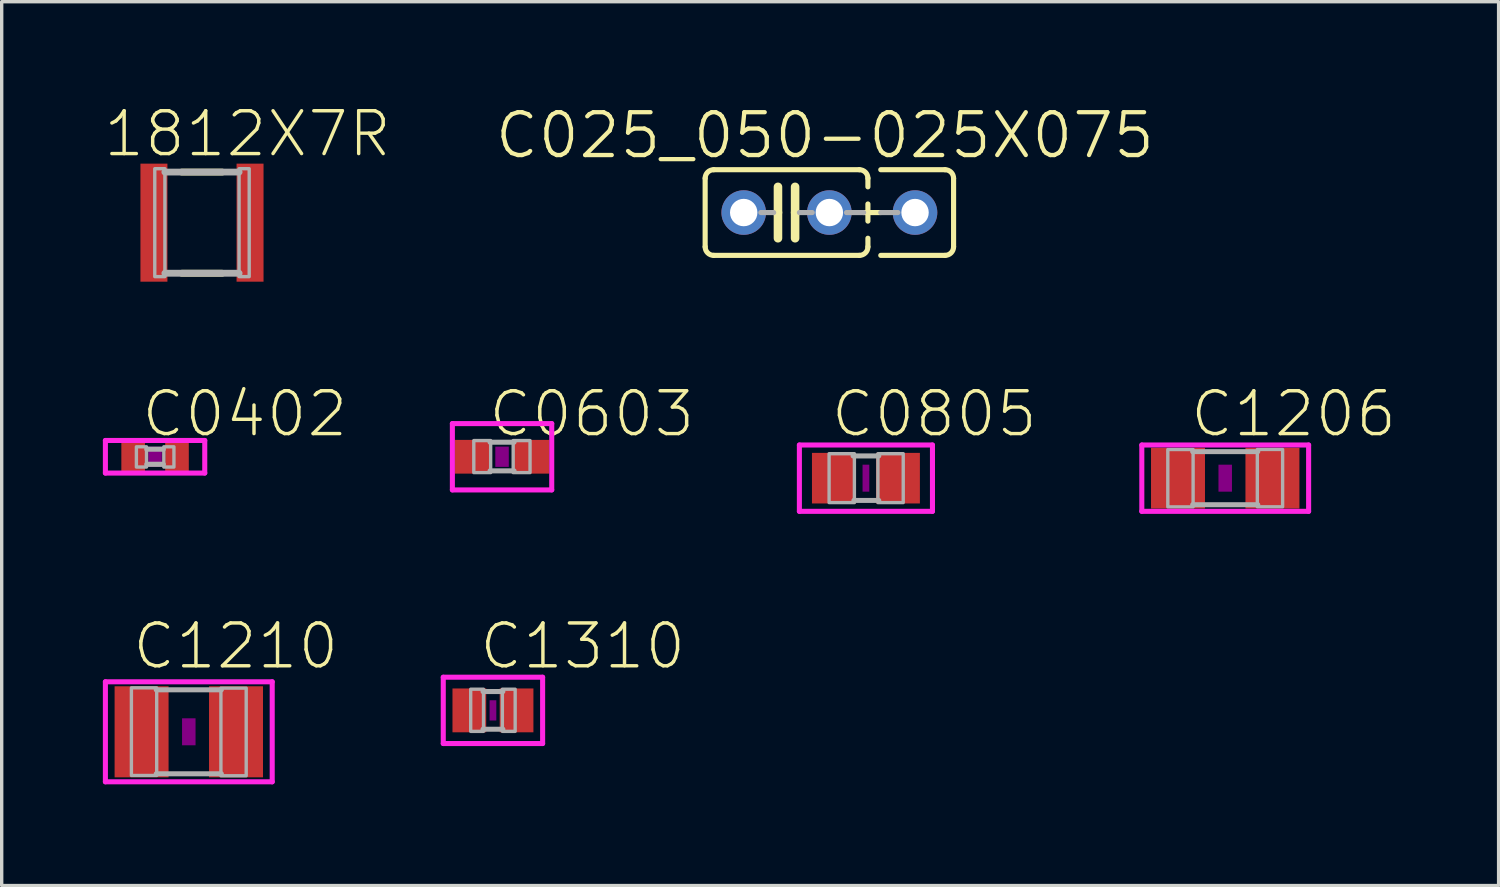
<source format=kicad_pcb>
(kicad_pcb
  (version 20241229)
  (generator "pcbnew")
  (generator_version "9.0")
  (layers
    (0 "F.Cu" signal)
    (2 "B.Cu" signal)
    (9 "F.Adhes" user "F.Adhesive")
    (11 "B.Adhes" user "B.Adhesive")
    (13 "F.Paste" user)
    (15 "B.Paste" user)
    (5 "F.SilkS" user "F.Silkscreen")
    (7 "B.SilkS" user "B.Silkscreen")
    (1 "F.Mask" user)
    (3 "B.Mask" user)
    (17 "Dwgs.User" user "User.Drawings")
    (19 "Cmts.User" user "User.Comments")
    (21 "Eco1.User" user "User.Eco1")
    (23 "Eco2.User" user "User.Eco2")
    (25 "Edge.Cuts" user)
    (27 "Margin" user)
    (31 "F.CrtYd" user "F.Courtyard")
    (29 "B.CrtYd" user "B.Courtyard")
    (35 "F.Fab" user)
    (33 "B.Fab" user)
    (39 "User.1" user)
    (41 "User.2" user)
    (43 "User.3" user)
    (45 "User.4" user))
  (footprint "C1206"
    (layer "F.Cu")
    (at 33.278 11.128)
    (property "Reference" "C1206" (at 2.026 -1.905 0) (layer "F.SilkS") (effects (font (size 1.27 1.27) (thickness 0.102))))
    (attr through_hole)
    (fp_poly (pts (xy -0.2 -0.4) (xy 0.2 -0.4) (xy 0.2 0.4) (xy -0.2 0.4)) (stroke (width 0) (type solid)) (fill yes) (layer "F.Adhes"))
    (fp_line (start -2.473 -0.983) (end 2.473 -0.983) (stroke (width 0.15) (type solid)) (layer "F.CrtYd"))
    (fp_line (start -2.473 0.983) (end -2.473 -0.983) (stroke (width 0.15) (type solid)) (layer "F.CrtYd"))
    (fp_line (start 2.473 -0.983) (end 2.473 0.983) (stroke (width 0.15) (type solid)) (layer "F.CrtYd"))
    (fp_line (start 2.473 0.983) (end -2.473 0.983) (stroke (width 0.15) (type solid)) (layer "F.CrtYd"))
    (fp_line (start -0.965 -0.787) (end 0.965 -0.787) (stroke (width 0.15) (type solid)) (layer "F.Fab"))
    (fp_line (start -0.965 0.787) (end 0.965 0.787) (stroke (width 0.15) (type solid)) (layer "F.Fab"))
    (fp_poly (pts (xy -1.702 -0.849) (xy -0.952 -0.849) (xy -0.952 0.851) (xy -1.702 0.851)) (stroke (width 0.1) (type solid)) (fill no) (layer "F.Fab"))
    (fp_poly (pts (xy 0.952 -0.851) (xy 1.702 -0.851) (xy 1.702 0.849) (xy 0.952 0.849)) (stroke (width 0.1) (type solid)) (fill no) (layer "F.Fab"))
    (pad "1" smd rect (at -1.4 0) (size 1.6 1.8) (layers "F.Cu" "F.Mask" "F.Paste"))
    (pad "2" smd rect (at 1.4 0) (size 1.6 1.8) (layers "F.Cu" "F.Mask" "F.Paste")))
  (footprint "1812X7R"
    (layer "F.Cu")
    (at 2.939 3.552)
    (property "Reference" "1812X7R" (at 1.35 -2.631 0) (layer "F.SilkS") (effects (font (size 1.27 1.27) (thickness 0.102))))
    (attr through_hole)
    (fp_line (start -0.6 -1.5) (end 0.6 -1.5) (stroke (width 0.203) (type solid)) (layer "F.SilkS"))
    (fp_line (start 0.6 1.5) (end -0.6 1.5) (stroke (width 0.203) (type solid)) (layer "F.SilkS"))
    (fp_line (start -1.1 -1.5) (end 1.1 -1.5) (stroke (width 0.203) (type solid)) (layer "F.Fab"))
    (fp_line (start 1.1 1.5) (end -1.1 1.5) (stroke (width 0.203) (type solid)) (layer "F.Fab"))
    (fp_poly (pts (xy -1.4 -1.6) (xy -1.1 -1.6) (xy -1.1 1.6) (xy -1.4 1.6)) (stroke (width 0.1) (type solid)) (fill no) (layer "F.Fab"))
    (fp_poly (pts (xy 1.1 -1.6) (xy 1.4 -1.6) (xy 1.4 1.6) (xy 1.1 1.6)) (stroke (width 0.1) (type solid)) (fill no) (layer "F.Fab"))
    (pad "1" smd rect (at -1.425 0) (size 0.8 3.5) (layers "F.Cu" "F.Mask" "F.Paste"))
    (pad "2" smd rect (at 1.425 0) (size 0.8 3.5) (layers "F.Cu" "F.Mask" "F.Paste")))
  (footprint "C0805"
    (layer "F.Cu")
    (at 22.625 11.128)
    (property "Reference" "C0805" (at 2.026 -1.905 0) (layer "F.SilkS") (effects (font (size 1.27 1.27) (thickness 0.102))))
    (attr through_hole)
    (fp_poly (pts (xy -0.1 -0.4) (xy 0.1 -0.4) (xy 0.1 0.4) (xy -0.1 0.4)) (stroke (width 0) (type solid)) (fill yes) (layer "F.Adhes"))
    (fp_line (start -1.973 -0.983) (end 1.973 -0.983) (stroke (width 0.15) (type solid)) (layer "F.CrtYd"))
    (fp_line (start -1.973 0.983) (end -1.973 -0.983) (stroke (width 0.15) (type solid)) (layer "F.CrtYd"))
    (fp_line (start 1.973 -0.983) (end 1.973 0.983) (stroke (width 0.15) (type solid)) (layer "F.CrtYd"))
    (fp_line (start 1.973 0.983) (end -1.973 0.983) (stroke (width 0.15) (type solid)) (layer "F.CrtYd"))
    (fp_line (start -0.381 -0.66) (end 0.381 -0.66) (stroke (width 0.15) (type solid)) (layer "F.Fab"))
    (fp_line (start -0.356 0.66) (end 0.381 0.66) (stroke (width 0.15) (type solid)) (layer "F.Fab"))
    (fp_poly (pts (xy -1.092 -0.726) (xy -0.342 -0.726) (xy -0.342 0.724) (xy -1.092 0.724)) (stroke (width 0.1) (type solid)) (fill no) (layer "F.Fab"))
    (fp_poly (pts (xy 0.356 -0.726) (xy 1.106 -0.726) (xy 1.106 0.724) (xy 0.356 0.724)) (stroke (width 0.1) (type solid)) (fill no) (layer "F.Fab"))
    (pad "1" smd rect (at -0.95 0) (size 1.3 1.5) (layers "F.Cu" "F.Mask" "F.Paste"))
    (pad "2" smd rect (at 0.95 0) (size 1.3 1.5) (layers "F.Cu" "F.Mask" "F.Paste")))
  (footprint "C1310"
    (layer "F.Cu")
    (at 11.566 18.013)
    (property "Reference" "C1310" (at 2.661 -1.905 0) (layer "F.SilkS") (effects (font (size 1.27 1.27) (thickness 0.102))))
    (attr through_hole)
    (fp_poly (pts (xy -0.1 -0.3) (xy 0.1 -0.3) (xy 0.1 0.3) (xy -0.1 0.3)) (stroke (width 0) (type solid)) (fill yes) (layer "F.Adhes"))
    (fp_line (start -1.473 -0.983) (end 1.473 -0.983) (stroke (width 0.15) (type solid)) (layer "F.CrtYd"))
    (fp_line (start -1.473 0.983) (end -1.473 -0.983) (stroke (width 0.15) (type solid)) (layer "F.CrtYd"))
    (fp_line (start 1.473 -0.983) (end 1.473 0.983) (stroke (width 0.15) (type solid)) (layer "F.CrtYd"))
    (fp_line (start 1.473 0.983) (end -1.473 0.983) (stroke (width 0.15) (type solid)) (layer "F.CrtYd"))
    (fp_line (start -0.294 -0.559) (end 0.294 -0.559) (stroke (width 0.15) (type solid)) (layer "F.Fab"))
    (fp_line (start -0.294 0.559) (end 0.294 0.559) (stroke (width 0.15) (type solid)) (layer "F.Fab"))
    (fp_poly (pts (xy -0.66 -0.628) (xy -0.28 -0.628) (xy -0.28 0.622) (xy -0.66 0.622)) (stroke (width 0.1) (type solid)) (fill no) (layer "F.Fab"))
    (fp_poly (pts (xy 0.279 -0.628) (xy 0.659 -0.628) (xy 0.659 0.622) (xy 0.279 0.622)) (stroke (width 0.1) (type solid)) (fill no) (layer "F.Fab"))
    (pad "1" smd rect (at -0.7 0) (size 1 1.3) (layers "F.Cu" "F.Mask" "F.Paste"))
    (pad "2" smd rect (at 0.7 0) (size 1 1.3) (layers "F.Cu" "F.Mask" "F.Paste")))
  (footprint "C1210"
    (layer "F.Cu")
    (at 2.548 18.648)
    (property "Reference" "C1210" (at 1.391 -2.54 0) (layer "F.SilkS") (effects (font (size 1.27 1.27) (thickness 0.102))))
    (attr through_hole)
    (fp_poly (pts (xy -0.2 -0.4) (xy 0.2 -0.4) (xy 0.2 0.4) (xy -0.2 0.4)) (stroke (width 0) (type solid)) (fill yes) (layer "F.Adhes"))
    (fp_line (start -2.473 -1.483) (end 2.473 -1.483) (stroke (width 0.15) (type solid)) (layer "F.CrtYd"))
    (fp_line (start -2.473 1.483) (end -2.473 -1.483) (stroke (width 0.15) (type solid)) (layer "F.CrtYd"))
    (fp_line (start 2.473 -1.483) (end 2.473 1.483) (stroke (width 0.15) (type solid)) (layer "F.CrtYd"))
    (fp_line (start 2.473 1.483) (end -2.473 1.483) (stroke (width 0.15) (type solid)) (layer "F.CrtYd"))
    (fp_line (start -0.965 -1.245) (end 0.965 -1.245) (stroke (width 0.15) (type solid)) (layer "F.Fab"))
    (fp_line (start -0.965 1.245) (end 0.965 1.245) (stroke (width 0.15) (type solid)) (layer "F.Fab"))
    (fp_poly (pts (xy -1.702 -1.304) (xy -0.952 -1.304) (xy -0.952 1.295) (xy -1.702 1.295)) (stroke (width 0.1) (type solid)) (fill no) (layer "F.Fab"))
    (fp_poly (pts (xy 0.952 -1.295) (xy 1.702 -1.295) (xy 1.702 1.304) (xy 0.952 1.304)) (stroke (width 0.1) (type solid)) (fill no) (layer "F.Fab"))
    (pad "1" smd rect (at -1.4 0) (size 1.6 2.7) (layers "F.Cu" "F.Mask" "F.Paste"))
    (pad "2" smd rect (at 1.4 0) (size 1.6 2.7) (layers "F.Cu" "F.Mask" "F.Paste")))
  (footprint "C025_050-025X075"
    (layer "F.Cu")
    (at 20.271 3.252)
    (property "Reference" "C025_050-025X075" (at 1.137 -2.286 0) (layer "F.SilkS") (effects (font (size 1.27 1.27) (thickness 0.127))))
    (attr through_hole)
    (fp_line (start -2.413 -1.016) (end -2.413 1.016) (stroke (width 0.152) (type solid)) (layer "F.SilkS"))
    (fp_line (start -2.159 -1.27) (end 2.159 -1.27) (stroke (width 0.152) (type solid)) (layer "F.SilkS"))
    (fp_line (start -0.254 -0.762) (end -0.254 0) (stroke (width 0.254) (type solid)) (layer "F.SilkS"))
    (fp_line (start -0.254 0) (end -0.381 0) (stroke (width 0.152) (type solid)) (layer "F.SilkS"))
    (fp_line (start -0.254 0) (end -0.254 0.762) (stroke (width 0.254) (type solid)) (layer "F.SilkS"))
    (fp_line (start 0.254 0) (end 0.254 -0.762) (stroke (width 0.254) (type solid)) (layer "F.SilkS"))
    (fp_line (start 0.254 0) (end 0.254 0.762) (stroke (width 0.254) (type solid)) (layer "F.SilkS"))
    (fp_line (start 0.381 0) (end 0.254 0) (stroke (width 0.152) (type solid)) (layer "F.SilkS"))
    (fp_line (start 2.159 1.27) (end -2.159 1.27) (stroke (width 0.152) (type solid)) (layer "F.SilkS"))
    (fp_line (start 2.286 0) (end 2.794 0) (stroke (width 0.152) (type solid)) (layer "F.SilkS"))
    (fp_line (start 2.413 -1.016) (end 2.413 -0.762) (stroke (width 0.152) (type solid)) (layer "F.SilkS"))
    (fp_line (start 2.413 -0.254) (end 2.413 0.254) (stroke (width 0.152) (type solid)) (layer "F.SilkS"))
    (fp_line (start 2.413 0.762) (end 2.413 1.016) (stroke (width 0.152) (type solid)) (layer "F.SilkS"))
    (fp_line (start 2.794 -1.27) (end 4.699 -1.27) (stroke (width 0.152) (type solid)) (layer "F.SilkS"))
    (fp_line (start 4.699 1.27) (end 2.794 1.27) (stroke (width 0.152) (type solid)) (layer "F.SilkS"))
    (fp_line (start 4.953 -1.016) (end 4.953 1.016) (stroke (width 0.152) (type solid)) (layer "F.SilkS"))
    (fp_arc (start -2.413 -1.016) (mid -2.338605 -1.195605) (end -2.159 -1.27) (stroke (width 0.1524) (type solid)) (layer "F.SilkS"))
    (fp_arc (start -2.159 1.27) (mid -2.338605 1.195605) (end -2.413 1.016) (stroke (width 0.1524) (type solid)) (layer "F.SilkS"))
    (fp_arc (start 2.159 -1.27) (mid 2.338605 -1.195605) (end 2.413 -1.016) (stroke (width 0.1524) (type solid)) (layer "F.SilkS"))
    (fp_arc (start 2.413 1.016) (mid 2.338605 1.195605) (end 2.159 1.27) (stroke (width 0.1524) (type solid)) (layer "F.SilkS"))
    (fp_arc (start 4.699 -1.27) (mid 4.878605 -1.195605) (end 4.953 -1.016) (stroke (width 0.1524) (type solid)) (layer "F.SilkS"))
    (fp_arc (start 4.953 1.016) (mid 4.878605 1.195605) (end 4.699 1.27) (stroke (width 0.1524) (type solid)) (layer "F.SilkS"))
    (fp_line (start -0.381 0) (end -0.762 0) (stroke (width 0.152) (type solid)) (layer "F.Fab"))
    (fp_line (start 0.762 0) (end 0.381 0) (stroke (width 0.152) (type solid)) (layer "F.Fab"))
    (fp_line (start 1.778 0) (end 2.286 0) (stroke (width 0.152) (type solid)) (layer "F.Fab"))
    (fp_line (start 2.794 0) (end 3.302 0) (stroke (width 0.152) (type solid)) (layer "F.Fab"))
    (pad "1" thru_hole circle (at -1.27 0) (size 1.321 1.321) (drill 0.813) (layers "*.Cu" "*.Mask"))
    (pad "2" thru_hole circle (at 1.27 0) (size 1.321 1.321) (drill 0.813) (layers "*.Cu" "*.Mask"))
    (pad "3" thru_hole circle (at 3.81 0) (size 1.321 1.321) (drill 0.813) (layers "*.Cu" "*.Mask")))
  (footprint "C0603"
    (layer "F.Cu")
    (at 11.836 10.493)
    (property "Reference" "C0603" (at 2.661 -1.27 0) (layer "F.SilkS") (effects (font (size 1.27 1.27) (thickness 0.102))))
    (attr through_hole)
    (fp_poly (pts (xy -0.2 -0.3) (xy 0.2 -0.3) (xy 0.2 0.3) (xy -0.2 0.3)) (stroke (width 0) (type solid)) (fill yes) (layer "F.Adhes"))
    (fp_line (start -1.473 -0.983) (end 1.473 -0.983) (stroke (width 0.15) (type solid)) (layer "F.CrtYd"))
    (fp_line (start -1.473 0.983) (end -1.473 -0.983) (stroke (width 0.15) (type solid)) (layer "F.CrtYd"))
    (fp_line (start 1.473 -0.983) (end 1.473 0.983) (stroke (width 0.15) (type solid)) (layer "F.CrtYd"))
    (fp_line (start 1.473 0.983) (end -1.473 0.983) (stroke (width 0.15) (type solid)) (layer "F.CrtYd"))
    (fp_line (start -0.356 -0.432) (end 0.356 -0.432) (stroke (width 0.15) (type solid)) (layer "F.Fab"))
    (fp_line (start -0.356 0.419) (end 0.356 0.419) (stroke (width 0.15) (type solid)) (layer "F.Fab"))
    (fp_poly (pts (xy -0.838 -0.48) (xy -0.338 -0.48) (xy -0.338 0.47) (xy -0.838 0.47)) (stroke (width 0.1) (type solid)) (fill no) (layer "F.Fab"))
    (fp_poly (pts (xy 0.33 -0.48) (xy 0.83 -0.48) (xy 0.83 0.47) (xy 0.33 0.47)) (stroke (width 0.1) (type solid)) (fill no) (layer "F.Fab"))
    (pad "1" smd rect (at -0.85 0) (size 1.1 1) (layers "F.Cu" "F.Mask" "F.Paste"))
    (pad "2" smd rect (at 0.85 0) (size 1.1 1) (layers "F.Cu" "F.Mask" "F.Paste")))
  (footprint "C0402"
    (layer "F.Cu")
    (at 1.548 10.493)
    (property "Reference" "C0402" (at 2.661 -1.27 0) (layer "F.SilkS") (effects (font (size 1.27 1.27) (thickness 0.102))))
    (attr through_hole)
    (fp_poly (pts (xy -0.2 -0.3) (xy 0.2 -0.3) (xy 0.2 0.3) (xy -0.2 0.3)) (stroke (width 0) (type solid)) (fill yes) (layer "F.Adhes"))
    (fp_line (start -1.473 -0.483) (end 1.473 -0.483) (stroke (width 0.15) (type solid)) (layer "F.CrtYd"))
    (fp_line (start -1.473 0.483) (end -1.473 -0.483) (stroke (width 0.15) (type solid)) (layer "F.CrtYd"))
    (fp_line (start 1.473 -0.483) (end 1.473 0.483) (stroke (width 0.15) (type solid)) (layer "F.CrtYd"))
    (fp_line (start 1.473 0.483) (end -1.473 0.483) (stroke (width 0.15) (type solid)) (layer "F.CrtYd"))
    (fp_line (start -0.245 -0.224) (end 0.245 -0.224) (stroke (width 0.152) (type solid)) (layer "F.Fab"))
    (fp_line (start 0.245 0.224) (end -0.245 0.224) (stroke (width 0.152) (type solid)) (layer "F.Fab"))
    (fp_poly (pts (xy -0.554 -0.295) (xy -0.254 -0.295) (xy -0.254 0.305) (xy -0.554 0.305)) (stroke (width 0.1) (type solid)) (fill no) (layer "F.Fab"))
    (fp_poly (pts (xy 0.259 -0.295) (xy 0.559 -0.295) (xy 0.559 0.305) (xy 0.259 0.305)) (stroke (width 0.1) (type solid)) (fill no) (layer "F.Fab"))
    (pad "1" smd rect (at -0.65 0) (size 0.7 0.9) (layers "F.Cu" "F.Mask" "F.Paste"))
    (pad "2" smd rect (at 0.65 0) (size 0.7 0.9) (layers "F.Cu" "F.Mask" "F.Paste")))
  (gr_rect
    (start -3 -3)
    (end 41.384 23.206)
    (stroke (width 0.1) (type default))
    (fill no)
    (layer "Edge.Cuts")))
</source>
